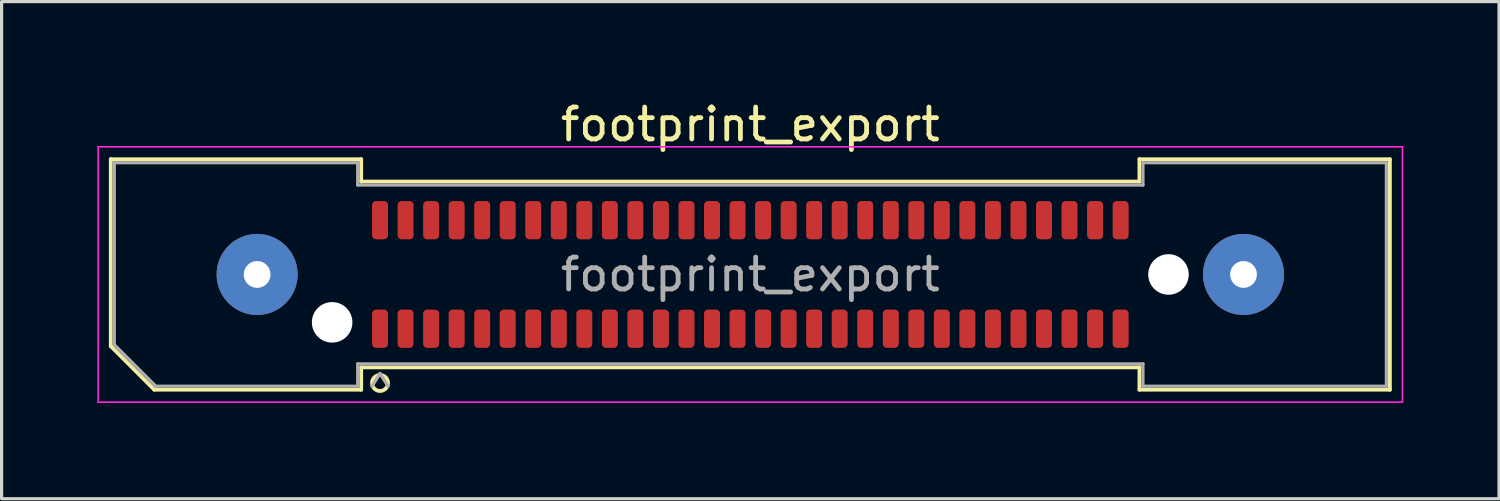
<source format=kicad_pcb>
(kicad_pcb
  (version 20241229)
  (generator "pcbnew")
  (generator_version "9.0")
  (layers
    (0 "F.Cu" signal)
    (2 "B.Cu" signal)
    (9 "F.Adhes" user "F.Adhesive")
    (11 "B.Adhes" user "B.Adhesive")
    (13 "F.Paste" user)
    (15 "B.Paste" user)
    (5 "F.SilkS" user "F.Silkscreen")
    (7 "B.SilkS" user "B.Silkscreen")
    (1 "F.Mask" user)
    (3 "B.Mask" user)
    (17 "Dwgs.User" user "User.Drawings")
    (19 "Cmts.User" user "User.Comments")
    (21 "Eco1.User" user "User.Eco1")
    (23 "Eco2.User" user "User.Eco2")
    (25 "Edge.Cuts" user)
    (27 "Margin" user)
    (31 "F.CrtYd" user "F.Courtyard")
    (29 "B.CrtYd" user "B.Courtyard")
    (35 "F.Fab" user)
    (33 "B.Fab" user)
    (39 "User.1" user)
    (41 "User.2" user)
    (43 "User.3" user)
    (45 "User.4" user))
  (footprint "footprint_export"
    (layer "F.Cu")
    (at 20.455 5.548)
    (property "Reference" "footprint_export" (at 0 -4.7 0) (layer "F.SilkS") (effects (font (size 1 1) (thickness 0.15))))
    (attr smd)
    (fp_line (start -20.035 -3.61) (end -12.19 -3.61) (stroke (width 0.12) (type solid)) (layer "F.SilkS"))
    (fp_line (start -20.035 2.246) (end -20.035 -3.61) (stroke (width 0.12) (type solid)) (layer "F.SilkS"))
    (fp_line (start -18.671 3.61) (end -20.035 2.246) (stroke (width 0.12) (type solid)) (layer "F.SilkS"))
    (fp_line (start -12.19 -3.61) (end -12.19 -2.91) (stroke (width 0.12) (type solid)) (layer "F.SilkS"))
    (fp_line (start -12.19 -2.91) (end 12.19 -2.91) (stroke (width 0.12) (type solid)) (layer "F.SilkS"))
    (fp_line (start -12.19 2.91) (end -12.19 3.61) (stroke (width 0.12) (type solid)) (layer "F.SilkS"))
    (fp_line (start -12.19 3.61) (end -18.671 3.61) (stroke (width 0.12) (type solid)) (layer "F.SilkS"))
    (fp_line (start 12.19 -3.61) (end 20.035 -3.61) (stroke (width 0.12) (type solid)) (layer "F.SilkS"))
    (fp_line (start 12.19 -2.91) (end 12.19 -3.61) (stroke (width 0.12) (type solid)) (layer "F.SilkS"))
    (fp_line (start 12.19 2.91) (end -12.19 2.91) (stroke (width 0.12) (type solid)) (layer "F.SilkS"))
    (fp_line (start 12.19 3.61) (end 12.19 2.91) (stroke (width 0.12) (type solid)) (layer "F.SilkS"))
    (fp_line (start 20.035 -3.61) (end 20.035 3.61) (stroke (width 0.12) (type solid)) (layer "F.SilkS"))
    (fp_line (start 20.035 3.61) (end 12.19 3.61) (stroke (width 0.12) (type solid)) (layer "F.SilkS"))
    (fp_circle (center -11.6 3.4) (end -11.35 3.4) (stroke (width 0.12) (type solid)) (fill no) (layer "F.SilkS"))
    (fp_line (start -20.43 -4) (end -20.43 4) (stroke (width 0.05) (type solid)) (layer "F.CrtYd"))
    (fp_line (start -20.43 4) (end 20.43 4) (stroke (width 0.05) (type solid)) (layer "F.CrtYd"))
    (fp_line (start 20.43 -4) (end -20.43 -4) (stroke (width 0.05) (type solid)) (layer "F.CrtYd"))
    (fp_line (start 20.43 4) (end 20.43 -4) (stroke (width 0.05) (type solid)) (layer "F.CrtYd"))
    (fp_line (start -19.925 -3.5) (end -12.3 -3.5) (stroke (width 0.1) (type solid)) (layer "F.Fab"))
    (fp_line (start -19.925 2.2) (end -19.925 -3.5) (stroke (width 0.1) (type solid)) (layer "F.Fab"))
    (fp_line (start -18.625 3.5) (end -19.925 2.2) (stroke (width 0.1) (type solid)) (layer "F.Fab"))
    (fp_line (start -12.3 -3.5) (end -12.3 -2.8) (stroke (width 0.1) (type solid)) (layer "F.Fab"))
    (fp_line (start -12.3 -2.8) (end 12.3 -2.8) (stroke (width 0.1) (type solid)) (layer "F.Fab"))
    (fp_line (start -12.3 2.8) (end -12.3 3.5) (stroke (width 0.1) (type solid)) (layer "F.Fab"))
    (fp_line (start -12.3 3.5) (end -18.625 3.5) (stroke (width 0.1) (type solid)) (layer "F.Fab"))
    (fp_line (start -11.6 3.1) (end -11.85 3.5) (stroke (width 0.1) (type solid)) (layer "F.Fab"))
    (fp_line (start -11.6 3.1) (end -11.35 3.5) (stroke (width 0.1) (type solid)) (layer "F.Fab"))
    (fp_line (start 12.3 -3.5) (end 19.925 -3.5) (stroke (width 0.1) (type solid)) (layer "F.Fab"))
    (fp_line (start 12.3 -2.8) (end 12.3 -3.5) (stroke (width 0.1) (type solid)) (layer "F.Fab"))
    (fp_line (start 12.3 2.8) (end -12.3 2.8) (stroke (width 0.1) (type solid)) (layer "F.Fab"))
    (fp_line (start 12.3 3.5) (end 12.3 2.8) (stroke (width 0.1) (type solid)) (layer "F.Fab"))
    (fp_line (start 19.925 -3.5) (end 19.925 3.5) (stroke (width 0.1) (type solid)) (layer "F.Fab"))
    (fp_line (start 19.925 3.5) (end 12.3 3.5) (stroke (width 0.1) (type solid)) (layer "F.Fab"))
    (fp_text user "${REFERENCE}" (at 0 0 0) (layer "F.Fab") (effects (font (size 1 1) (thickness 0.15))))
    (pad "" thru_hole circle (at -15.45 0) (size 2.54 2.54) (drill 0.84) (layers "*.Cu" "*.Mask" "F.Paste"))
    (pad "" np_thru_hole circle (at -13.1 1.5) (size 1.27 1.27) (drill 1.27) (layers "*.Cu" "*.Mask"))
    (pad "" np_thru_hole circle (at 13.1 0) (size 1.27 1.27) (drill 1.27) (layers "*.Cu" "*.Mask"))
    (pad "" thru_hole circle (at 15.45 0) (size 2.54 2.54) (drill 0.84) (layers "*.Cu" "*.Mask" "F.Paste"))
    (pad "1" smd roundrect (at -11.6 1.7) (size 0.5 1.2) (layers "F.Cu" "F.Mask" "F.Paste") (roundrect_rratio 0.25))
    (pad "2" smd roundrect (at -11.6 -1.7) (size 0.5 1.2) (layers "F.Cu" "F.Mask" "F.Paste") (roundrect_rratio 0.25))
    (pad "3" smd roundrect (at -10.8 1.7) (size 0.5 1.2) (layers "F.Cu" "F.Mask" "F.Paste") (roundrect_rratio 0.25))
    (pad "4" smd roundrect (at -10.8 -1.7) (size 0.5 1.2) (layers "F.Cu" "F.Mask" "F.Paste") (roundrect_rratio 0.25))
    (pad "5" smd roundrect (at -10 1.7) (size 0.5 1.2) (layers "F.Cu" "F.Mask" "F.Paste") (roundrect_rratio 0.25))
    (pad "6" smd roundrect (at -10 -1.7) (size 0.5 1.2) (layers "F.Cu" "F.Mask" "F.Paste") (roundrect_rratio 0.25))
    (pad "7" smd roundrect (at -9.2 1.7) (size 0.5 1.2) (layers "F.Cu" "F.Mask" "F.Paste") (roundrect_rratio 0.25))
    (pad "8" smd roundrect (at -9.2 -1.7) (size 0.5 1.2) (layers "F.Cu" "F.Mask" "F.Paste") (roundrect_rratio 0.25))
    (pad "9" smd roundrect (at -8.4 1.7) (size 0.5 1.2) (layers "F.Cu" "F.Mask" "F.Paste") (roundrect_rratio 0.25))
    (pad "10" smd roundrect (at -8.4 -1.7) (size 0.5 1.2) (layers "F.Cu" "F.Mask" "F.Paste") (roundrect_rratio 0.25))
    (pad "11" smd roundrect (at -7.6 1.7) (size 0.5 1.2) (layers "F.Cu" "F.Mask" "F.Paste") (roundrect_rratio 0.25))
    (pad "12" smd roundrect (at -7.6 -1.7) (size 0.5 1.2) (layers "F.Cu" "F.Mask" "F.Paste") (roundrect_rratio 0.25))
    (pad "13" smd roundrect (at -6.8 1.7) (size 0.5 1.2) (layers "F.Cu" "F.Mask" "F.Paste") (roundrect_rratio 0.25))
    (pad "14" smd roundrect (at -6.8 -1.7) (size 0.5 1.2) (layers "F.Cu" "F.Mask" "F.Paste") (roundrect_rratio 0.25))
    (pad "15" smd roundrect (at -6 1.7) (size 0.5 1.2) (layers "F.Cu" "F.Mask" "F.Paste") (roundrect_rratio 0.25))
    (pad "16" smd roundrect (at -6 -1.7) (size 0.5 1.2) (layers "F.Cu" "F.Mask" "F.Paste") (roundrect_rratio 0.25))
    (pad "17" smd roundrect (at -5.2 1.7) (size 0.5 1.2) (layers "F.Cu" "F.Mask" "F.Paste") (roundrect_rratio 0.25))
    (pad "18" smd roundrect (at -5.2 -1.7) (size 0.5 1.2) (layers "F.Cu" "F.Mask" "F.Paste") (roundrect_rratio 0.25))
    (pad "19" smd roundrect (at -4.4 1.7) (size 0.5 1.2) (layers "F.Cu" "F.Mask" "F.Paste") (roundrect_rratio 0.25))
    (pad "20" smd roundrect (at -4.4 -1.7) (size 0.5 1.2) (layers "F.Cu" "F.Mask" "F.Paste") (roundrect_rratio 0.25))
    (pad "21" smd roundrect (at -3.6 1.7) (size 0.5 1.2) (layers "F.Cu" "F.Mask" "F.Paste") (roundrect_rratio 0.25))
    (pad "22" smd roundrect (at -3.6 -1.7) (size 0.5 1.2) (layers "F.Cu" "F.Mask" "F.Paste") (roundrect_rratio 0.25))
    (pad "23" smd roundrect (at -2.8 1.7) (size 0.5 1.2) (layers "F.Cu" "F.Mask" "F.Paste") (roundrect_rratio 0.25))
    (pad "24" smd roundrect (at -2.8 -1.7) (size 0.5 1.2) (layers "F.Cu" "F.Mask" "F.Paste") (roundrect_rratio 0.25))
    (pad "25" smd roundrect (at -2 1.7) (size 0.5 1.2) (layers "F.Cu" "F.Mask" "F.Paste") (roundrect_rratio 0.25))
    (pad "26" smd roundrect (at -2 -1.7) (size 0.5 1.2) (layers "F.Cu" "F.Mask" "F.Paste") (roundrect_rratio 0.25))
    (pad "27" smd roundrect (at -1.2 1.7) (size 0.5 1.2) (layers "F.Cu" "F.Mask" "F.Paste") (roundrect_rratio 0.25))
    (pad "28" smd roundrect (at -1.2 -1.7) (size 0.5 1.2) (layers "F.Cu" "F.Mask" "F.Paste") (roundrect_rratio 0.25))
    (pad "29" smd roundrect (at -0.4 1.7) (size 0.5 1.2) (layers "F.Cu" "F.Mask" "F.Paste") (roundrect_rratio 0.25))
    (pad "30" smd roundrect (at -0.4 -1.7) (size 0.5 1.2) (layers "F.Cu" "F.Mask" "F.Paste") (roundrect_rratio 0.25))
    (pad "31" smd roundrect (at 0.4 1.7) (size 0.5 1.2) (layers "F.Cu" "F.Mask" "F.Paste") (roundrect_rratio 0.25))
    (pad "32" smd roundrect (at 0.4 -1.7) (size 0.5 1.2) (layers "F.Cu" "F.Mask" "F.Paste") (roundrect_rratio 0.25))
    (pad "33" smd roundrect (at 1.2 1.7) (size 0.5 1.2) (layers "F.Cu" "F.Mask" "F.Paste") (roundrect_rratio 0.25))
    (pad "34" smd roundrect (at 1.2 -1.7) (size 0.5 1.2) (layers "F.Cu" "F.Mask" "F.Paste") (roundrect_rratio 0.25))
    (pad "35" smd roundrect (at 2 1.7) (size 0.5 1.2) (layers "F.Cu" "F.Mask" "F.Paste") (roundrect_rratio 0.25))
    (pad "36" smd roundrect (at 2 -1.7) (size 0.5 1.2) (layers "F.Cu" "F.Mask" "F.Paste") (roundrect_rratio 0.25))
    (pad "37" smd roundrect (at 2.8 1.7) (size 0.5 1.2) (layers "F.Cu" "F.Mask" "F.Paste") (roundrect_rratio 0.25))
    (pad "38" smd roundrect (at 2.8 -1.7) (size 0.5 1.2) (layers "F.Cu" "F.Mask" "F.Paste") (roundrect_rratio 0.25))
    (pad "39" smd roundrect (at 3.6 1.7) (size 0.5 1.2) (layers "F.Cu" "F.Mask" "F.Paste") (roundrect_rratio 0.25))
    (pad "40" smd roundrect (at 3.6 -1.7) (size 0.5 1.2) (layers "F.Cu" "F.Mask" "F.Paste") (roundrect_rratio 0.25))
    (pad "41" smd roundrect (at 4.4 1.7) (size 0.5 1.2) (layers "F.Cu" "F.Mask" "F.Paste") (roundrect_rratio 0.25))
    (pad "42" smd roundrect (at 4.4 -1.7) (size 0.5 1.2) (layers "F.Cu" "F.Mask" "F.Paste") (roundrect_rratio 0.25))
    (pad "43" smd roundrect (at 5.2 1.7) (size 0.5 1.2) (layers "F.Cu" "F.Mask" "F.Paste") (roundrect_rratio 0.25))
    (pad "44" smd roundrect (at 5.2 -1.7) (size 0.5 1.2) (layers "F.Cu" "F.Mask" "F.Paste") (roundrect_rratio 0.25))
    (pad "45" smd roundrect (at 6 1.7) (size 0.5 1.2) (layers "F.Cu" "F.Mask" "F.Paste") (roundrect_rratio 0.25))
    (pad "46" smd roundrect (at 6 -1.7) (size 0.5 1.2) (layers "F.Cu" "F.Mask" "F.Paste") (roundrect_rratio 0.25))
    (pad "47" smd roundrect (at 6.8 1.7) (size 0.5 1.2) (layers "F.Cu" "F.Mask" "F.Paste") (roundrect_rratio 0.25))
    (pad "48" smd roundrect (at 6.8 -1.7) (size 0.5 1.2) (layers "F.Cu" "F.Mask" "F.Paste") (roundrect_rratio 0.25))
    (pad "49" smd roundrect (at 7.6 1.7) (size 0.5 1.2) (layers "F.Cu" "F.Mask" "F.Paste") (roundrect_rratio 0.25))
    (pad "50" smd roundrect (at 7.6 -1.7) (size 0.5 1.2) (layers "F.Cu" "F.Mask" "F.Paste") (roundrect_rratio 0.25))
    (pad "51" smd roundrect (at 8.4 1.7) (size 0.5 1.2) (layers "F.Cu" "F.Mask" "F.Paste") (roundrect_rratio 0.25))
    (pad "52" smd roundrect (at 8.4 -1.7) (size 0.5 1.2) (layers "F.Cu" "F.Mask" "F.Paste") (roundrect_rratio 0.25))
    (pad "53" smd roundrect (at 9.2 1.7) (size 0.5 1.2) (layers "F.Cu" "F.Mask" "F.Paste") (roundrect_rratio 0.25))
    (pad "54" smd roundrect (at 9.2 -1.7) (size 0.5 1.2) (layers "F.Cu" "F.Mask" "F.Paste") (roundrect_rratio 0.25))
    (pad "55" smd roundrect (at 10 1.7) (size 0.5 1.2) (layers "F.Cu" "F.Mask" "F.Paste") (roundrect_rratio 0.25))
    (pad "56" smd roundrect (at 10 -1.7) (size 0.5 1.2) (layers "F.Cu" "F.Mask" "F.Paste") (roundrect_rratio 0.25))
    (pad "57" smd roundrect (at 10.8 1.7) (size 0.5 1.2) (layers "F.Cu" "F.Mask" "F.Paste") (roundrect_rratio 0.25))
    (pad "58" smd roundrect (at 10.8 -1.7) (size 0.5 1.2) (layers "F.Cu" "F.Mask" "F.Paste") (roundrect_rratio 0.25))
    (pad "59" smd roundrect (at 11.6 1.7) (size 0.5 1.2) (layers "F.Cu" "F.Mask" "F.Paste") (roundrect_rratio 0.25))
    (pad "60" smd roundrect (at 11.6 -1.7) (size 0.5 1.2) (layers "F.Cu" "F.Mask" "F.Paste") (roundrect_rratio 0.25)))
  (gr_rect
    (start -3 -3)
    (end 43.91 12.573)
    (stroke (width 0.1) (type default))
    (fill no)
    (layer "Edge.Cuts")))
</source>
